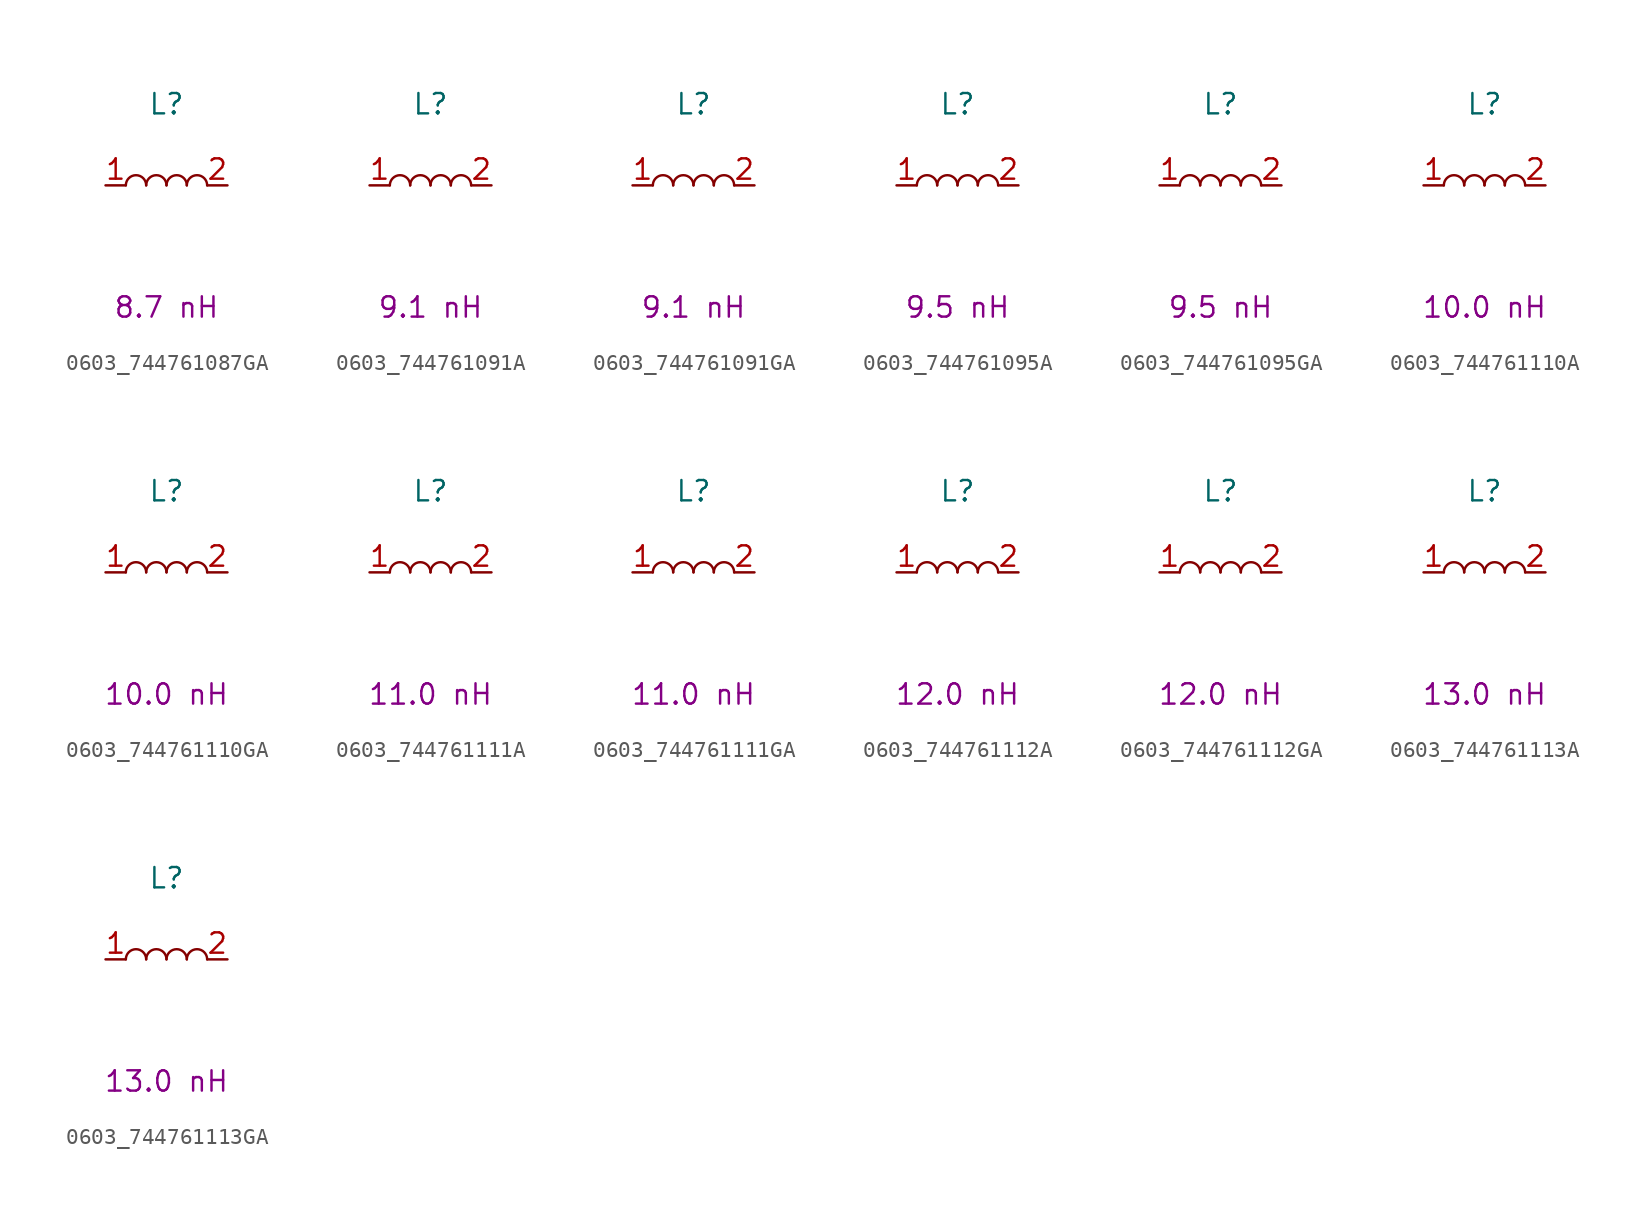
<source format=kicad_sym>
(kicad_symbol_lib
  (version 20220914)
  (generator kicad_symbol_editor)
  (symbol "0603_744761087GA"
    (pin_names hide)
    (property "Reference" "L"
      (at 0 5.08 0)
      (effects (font (size 1.27 1.27))))
    (property "Critical Parameter" "8.7 nH"
      (at 0 -7.62 0)
      (effects (font (size 1.27 1.27))))
    (symbol "0603_744761087GA_0_1"
      (arc (start -1.27 0) (mid -1.905 0.6323) (end -2.54 0) (stroke (width 0) (type default)) (fill (type none)))
      (arc (start 0 0) (mid -0.635 0.6323) (end -1.27 0) (stroke (width 0) (type default)) (fill (type none)))
      (arc (start 1.27 0) (mid 0.635 0.6323) (end 0 0) (stroke (width 0) (type default)) (fill (type none)))
      (arc (start 2.54 0) (mid 1.905 0.6323) (end 1.27 0) (stroke (width 0) (type default)) (fill (type none))))
    (symbol "0603_744761087GA_1_1"
      (pin passive line (at -3.81 0 0) (length 1.27) (name "1" (effects (font (size 1.27 1.27)))) (number "1" (effects (font (size 1.27 1.27)))))
      (pin passive line (at 3.81 0 180) (length 1.27) (name "2" (effects (font (size 1.27 1.27)))) (number "2" (effects (font (size 1.27 1.27)))))))
  (symbol "0603_744761091A"
    (pin_names hide)
    (property "Reference" "L"
      (at 0 5.08 0)
      (effects (font (size 1.27 1.27))))
    (property "Critical Parameter" "9.1 nH"
      (at 0 -7.62 0)
      (effects (font (size 1.27 1.27))))
    (symbol "0603_744761091A_0_1"
      (arc (start -1.27 0) (mid -1.905 0.6323) (end -2.54 0) (stroke (width 0) (type default)) (fill (type none)))
      (arc (start 0 0) (mid -0.635 0.6323) (end -1.27 0) (stroke (width 0) (type default)) (fill (type none)))
      (arc (start 1.27 0) (mid 0.635 0.6323) (end 0 0) (stroke (width 0) (type default)) (fill (type none)))
      (arc (start 2.54 0) (mid 1.905 0.6323) (end 1.27 0) (stroke (width 0) (type default)) (fill (type none))))
    (symbol "0603_744761091A_1_1"
      (pin passive line (at -3.81 0 0) (length 1.27) (name "1" (effects (font (size 1.27 1.27)))) (number "1" (effects (font (size 1.27 1.27)))))
      (pin passive line (at 3.81 0 180) (length 1.27) (name "2" (effects (font (size 1.27 1.27)))) (number "2" (effects (font (size 1.27 1.27)))))))
  (symbol "0603_744761091GA"
    (pin_names hide)
    (property "Reference" "L"
      (at 0 5.08 0)
      (effects (font (size 1.27 1.27))))
    (property "Critical Parameter" "9.1 nH"
      (at 0 -7.62 0)
      (effects (font (size 1.27 1.27))))
    (symbol "0603_744761091GA_0_1"
      (arc (start -1.27 0) (mid -1.905 0.6323) (end -2.54 0) (stroke (width 0) (type default)) (fill (type none)))
      (arc (start 0 0) (mid -0.635 0.6323) (end -1.27 0) (stroke (width 0) (type default)) (fill (type none)))
      (arc (start 1.27 0) (mid 0.635 0.6323) (end 0 0) (stroke (width 0) (type default)) (fill (type none)))
      (arc (start 2.54 0) (mid 1.905 0.6323) (end 1.27 0) (stroke (width 0) (type default)) (fill (type none))))
    (symbol "0603_744761091GA_1_1"
      (pin passive line (at -3.81 0 0) (length 1.27) (name "1" (effects (font (size 1.27 1.27)))) (number "1" (effects (font (size 1.27 1.27)))))
      (pin passive line (at 3.81 0 180) (length 1.27) (name "2" (effects (font (size 1.27 1.27)))) (number "2" (effects (font (size 1.27 1.27)))))))
  (symbol "0603_744761095A"
    (pin_names hide)
    (property "Reference" "L"
      (at 0 5.08 0)
      (effects (font (size 1.27 1.27))))
    (property "Critical Parameter" "9.5 nH"
      (at 0 -7.62 0)
      (effects (font (size 1.27 1.27))))
    (symbol "0603_744761095A_0_1"
      (arc (start -1.27 0) (mid -1.905 0.6323) (end -2.54 0) (stroke (width 0) (type default)) (fill (type none)))
      (arc (start 0 0) (mid -0.635 0.6323) (end -1.27 0) (stroke (width 0) (type default)) (fill (type none)))
      (arc (start 1.27 0) (mid 0.635 0.6323) (end 0 0) (stroke (width 0) (type default)) (fill (type none)))
      (arc (start 2.54 0) (mid 1.905 0.6323) (end 1.27 0) (stroke (width 0) (type default)) (fill (type none))))
    (symbol "0603_744761095A_1_1"
      (pin passive line (at -3.81 0 0) (length 1.27) (name "1" (effects (font (size 1.27 1.27)))) (number "1" (effects (font (size 1.27 1.27)))))
      (pin passive line (at 3.81 0 180) (length 1.27) (name "2" (effects (font (size 1.27 1.27)))) (number "2" (effects (font (size 1.27 1.27)))))))
  (symbol "0603_744761095GA"
    (pin_names hide)
    (property "Reference" "L"
      (at 0 5.08 0)
      (effects (font (size 1.27 1.27))))
    (property "Critical Parameter" "9.5 nH"
      (at 0 -7.62 0)
      (effects (font (size 1.27 1.27))))
    (symbol "0603_744761095GA_0_1"
      (arc (start -1.27 0) (mid -1.905 0.6323) (end -2.54 0) (stroke (width 0) (type default)) (fill (type none)))
      (arc (start 0 0) (mid -0.635 0.6323) (end -1.27 0) (stroke (width 0) (type default)) (fill (type none)))
      (arc (start 1.27 0) (mid 0.635 0.6323) (end 0 0) (stroke (width 0) (type default)) (fill (type none)))
      (arc (start 2.54 0) (mid 1.905 0.6323) (end 1.27 0) (stroke (width 0) (type default)) (fill (type none))))
    (symbol "0603_744761095GA_1_1"
      (pin passive line (at -3.81 0 0) (length 1.27) (name "1" (effects (font (size 1.27 1.27)))) (number "1" (effects (font (size 1.27 1.27)))))
      (pin passive line (at 3.81 0 180) (length 1.27) (name "2" (effects (font (size 1.27 1.27)))) (number "2" (effects (font (size 1.27 1.27)))))))
  (symbol "0603_744761110A"
    (pin_names hide)
    (property "Reference" "L"
      (at 0 5.08 0)
      (effects (font (size 1.27 1.27))))
    (property "Critical Parameter" "10.0 nH"
      (at 0 -7.62 0)
      (effects (font (size 1.27 1.27))))
    (symbol "0603_744761110A_0_1"
      (arc (start -1.27 0) (mid -1.905 0.6323) (end -2.54 0) (stroke (width 0) (type default)) (fill (type none)))
      (arc (start 0 0) (mid -0.635 0.6323) (end -1.27 0) (stroke (width 0) (type default)) (fill (type none)))
      (arc (start 1.27 0) (mid 0.635 0.6323) (end 0 0) (stroke (width 0) (type default)) (fill (type none)))
      (arc (start 2.54 0) (mid 1.905 0.6323) (end 1.27 0) (stroke (width 0) (type default)) (fill (type none))))
    (symbol "0603_744761110A_1_1"
      (pin passive line (at -3.81 0 0) (length 1.27) (name "1" (effects (font (size 1.27 1.27)))) (number "1" (effects (font (size 1.27 1.27)))))
      (pin passive line (at 3.81 0 180) (length 1.27) (name "2" (effects (font (size 1.27 1.27)))) (number "2" (effects (font (size 1.27 1.27)))))))
  (symbol "0603_744761110GA"
    (pin_names hide)
    (property "Reference" "L"
      (at 0 5.08 0)
      (effects (font (size 1.27 1.27))))
    (property "Critical Parameter" "10.0 nH"
      (at 0 -7.62 0)
      (effects (font (size 1.27 1.27))))
    (symbol "0603_744761110GA_0_1"
      (arc (start -1.27 0) (mid -1.905 0.6323) (end -2.54 0) (stroke (width 0) (type default)) (fill (type none)))
      (arc (start 0 0) (mid -0.635 0.6323) (end -1.27 0) (stroke (width 0) (type default)) (fill (type none)))
      (arc (start 1.27 0) (mid 0.635 0.6323) (end 0 0) (stroke (width 0) (type default)) (fill (type none)))
      (arc (start 2.54 0) (mid 1.905 0.6323) (end 1.27 0) (stroke (width 0) (type default)) (fill (type none))))
    (symbol "0603_744761110GA_1_1"
      (pin passive line (at -3.81 0 0) (length 1.27) (name "1" (effects (font (size 1.27 1.27)))) (number "1" (effects (font (size 1.27 1.27)))))
      (pin passive line (at 3.81 0 180) (length 1.27) (name "2" (effects (font (size 1.27 1.27)))) (number "2" (effects (font (size 1.27 1.27)))))))
  (symbol "0603_744761111A"
    (pin_names hide)
    (property "Reference" "L"
      (at 0 5.08 0)
      (effects (font (size 1.27 1.27))))
    (property "Critical Parameter" "11.0 nH"
      (at 0 -7.62 0)
      (effects (font (size 1.27 1.27))))
    (symbol "0603_744761111A_0_1"
      (arc (start -1.27 0) (mid -1.905 0.6323) (end -2.54 0) (stroke (width 0) (type default)) (fill (type none)))
      (arc (start 0 0) (mid -0.635 0.6323) (end -1.27 0) (stroke (width 0) (type default)) (fill (type none)))
      (arc (start 1.27 0) (mid 0.635 0.6323) (end 0 0) (stroke (width 0) (type default)) (fill (type none)))
      (arc (start 2.54 0) (mid 1.905 0.6323) (end 1.27 0) (stroke (width 0) (type default)) (fill (type none))))
    (symbol "0603_744761111A_1_1"
      (pin passive line (at -3.81 0 0) (length 1.27) (name "1" (effects (font (size 1.27 1.27)))) (number "1" (effects (font (size 1.27 1.27)))))
      (pin passive line (at 3.81 0 180) (length 1.27) (name "2" (effects (font (size 1.27 1.27)))) (number "2" (effects (font (size 1.27 1.27)))))))
  (symbol "0603_744761111GA"
    (pin_names hide)
    (property "Reference" "L"
      (at 0 5.08 0)
      (effects (font (size 1.27 1.27))))
    (property "Critical Parameter" "11.0 nH"
      (at 0 -7.62 0)
      (effects (font (size 1.27 1.27))))
    (symbol "0603_744761111GA_0_1"
      (arc (start -1.27 0) (mid -1.905 0.6323) (end -2.54 0) (stroke (width 0) (type default)) (fill (type none)))
      (arc (start 0 0) (mid -0.635 0.6323) (end -1.27 0) (stroke (width 0) (type default)) (fill (type none)))
      (arc (start 1.27 0) (mid 0.635 0.6323) (end 0 0) (stroke (width 0) (type default)) (fill (type none)))
      (arc (start 2.54 0) (mid 1.905 0.6323) (end 1.27 0) (stroke (width 0) (type default)) (fill (type none))))
    (symbol "0603_744761111GA_1_1"
      (pin passive line (at -3.81 0 0) (length 1.27) (name "1" (effects (font (size 1.27 1.27)))) (number "1" (effects (font (size 1.27 1.27)))))
      (pin passive line (at 3.81 0 180) (length 1.27) (name "2" (effects (font (size 1.27 1.27)))) (number "2" (effects (font (size 1.27 1.27)))))))
  (symbol "0603_744761112A"
    (pin_names hide)
    (property "Reference" "L"
      (at 0 5.08 0)
      (effects (font (size 1.27 1.27))))
    (property "Critical Parameter" "12.0 nH"
      (at 0 -7.62 0)
      (effects (font (size 1.27 1.27))))
    (symbol "0603_744761112A_0_1"
      (arc (start -1.27 0) (mid -1.905 0.6323) (end -2.54 0) (stroke (width 0) (type default)) (fill (type none)))
      (arc (start 0 0) (mid -0.635 0.6323) (end -1.27 0) (stroke (width 0) (type default)) (fill (type none)))
      (arc (start 1.27 0) (mid 0.635 0.6323) (end 0 0) (stroke (width 0) (type default)) (fill (type none)))
      (arc (start 2.54 0) (mid 1.905 0.6323) (end 1.27 0) (stroke (width 0) (type default)) (fill (type none))))
    (symbol "0603_744761112A_1_1"
      (pin passive line (at -3.81 0 0) (length 1.27) (name "1" (effects (font (size 1.27 1.27)))) (number "1" (effects (font (size 1.27 1.27)))))
      (pin passive line (at 3.81 0 180) (length 1.27) (name "2" (effects (font (size 1.27 1.27)))) (number "2" (effects (font (size 1.27 1.27)))))))
  (symbol "0603_744761112GA"
    (pin_names hide)
    (property "Reference" "L"
      (at 0 5.08 0)
      (effects (font (size 1.27 1.27))))
    (property "Critical Parameter" "12.0 nH"
      (at 0 -7.62 0)
      (effects (font (size 1.27 1.27))))
    (symbol "0603_744761112GA_0_1"
      (arc (start -1.27 0) (mid -1.905 0.6323) (end -2.54 0) (stroke (width 0) (type default)) (fill (type none)))
      (arc (start 0 0) (mid -0.635 0.6323) (end -1.27 0) (stroke (width 0) (type default)) (fill (type none)))
      (arc (start 1.27 0) (mid 0.635 0.6323) (end 0 0) (stroke (width 0) (type default)) (fill (type none)))
      (arc (start 2.54 0) (mid 1.905 0.6323) (end 1.27 0) (stroke (width 0) (type default)) (fill (type none))))
    (symbol "0603_744761112GA_1_1"
      (pin passive line (at -3.81 0 0) (length 1.27) (name "1" (effects (font (size 1.27 1.27)))) (number "1" (effects (font (size 1.27 1.27)))))
      (pin passive line (at 3.81 0 180) (length 1.27) (name "2" (effects (font (size 1.27 1.27)))) (number "2" (effects (font (size 1.27 1.27)))))))
  (symbol "0603_744761113A"
    (pin_names hide)
    (property "Reference" "L"
      (at 0 5.08 0)
      (effects (font (size 1.27 1.27))))
    (property "Critical Parameter" "13.0 nH"
      (at 0 -7.62 0)
      (effects (font (size 1.27 1.27))))
    (symbol "0603_744761113A_0_1"
      (arc (start -1.27 0) (mid -1.905 0.6323) (end -2.54 0) (stroke (width 0) (type default)) (fill (type none)))
      (arc (start 0 0) (mid -0.635 0.6323) (end -1.27 0) (stroke (width 0) (type default)) (fill (type none)))
      (arc (start 1.27 0) (mid 0.635 0.6323) (end 0 0) (stroke (width 0) (type default)) (fill (type none)))
      (arc (start 2.54 0) (mid 1.905 0.6323) (end 1.27 0) (stroke (width 0) (type default)) (fill (type none))))
    (symbol "0603_744761113A_1_1"
      (pin passive line (at -3.81 0 0) (length 1.27) (name "1" (effects (font (size 1.27 1.27)))) (number "1" (effects (font (size 1.27 1.27)))))
      (pin passive line (at 3.81 0 180) (length 1.27) (name "2" (effects (font (size 1.27 1.27)))) (number "2" (effects (font (size 1.27 1.27)))))))
  (symbol "0603_744761113GA"
    (pin_names hide)
    (property "Reference" "L"
      (at 0 5.08 0)
      (effects (font (size 1.27 1.27))))
    (property "Critical Parameter" "13.0 nH"
      (at 0 -7.62 0)
      (effects (font (size 1.27 1.27))))
    (symbol "0603_744761113GA_0_1"
      (arc (start -1.27 0) (mid -1.905 0.6323) (end -2.54 0) (stroke (width 0) (type default)) (fill (type none)))
      (arc (start 0 0) (mid -0.635 0.6323) (end -1.27 0) (stroke (width 0) (type default)) (fill (type none)))
      (arc (start 1.27 0) (mid 0.635 0.6323) (end 0 0) (stroke (width 0) (type default)) (fill (type none)))
      (arc (start 2.54 0) (mid 1.905 0.6323) (end 1.27 0) (stroke (width 0) (type default)) (fill (type none))))
    (symbol "0603_744761113GA_1_1"
      (pin passive line (at -3.81 0 0) (length 1.27) (name "1" (effects (font (size 1.27 1.27)))) (number "1" (effects (font (size 1.27 1.27)))))
      (pin passive line (at 3.81 0 180) (length 1.27) (name "2" (effects (font (size 1.27 1.27)))) (number "2" (effects (font (size 1.27 1.27))))))))
</source>
